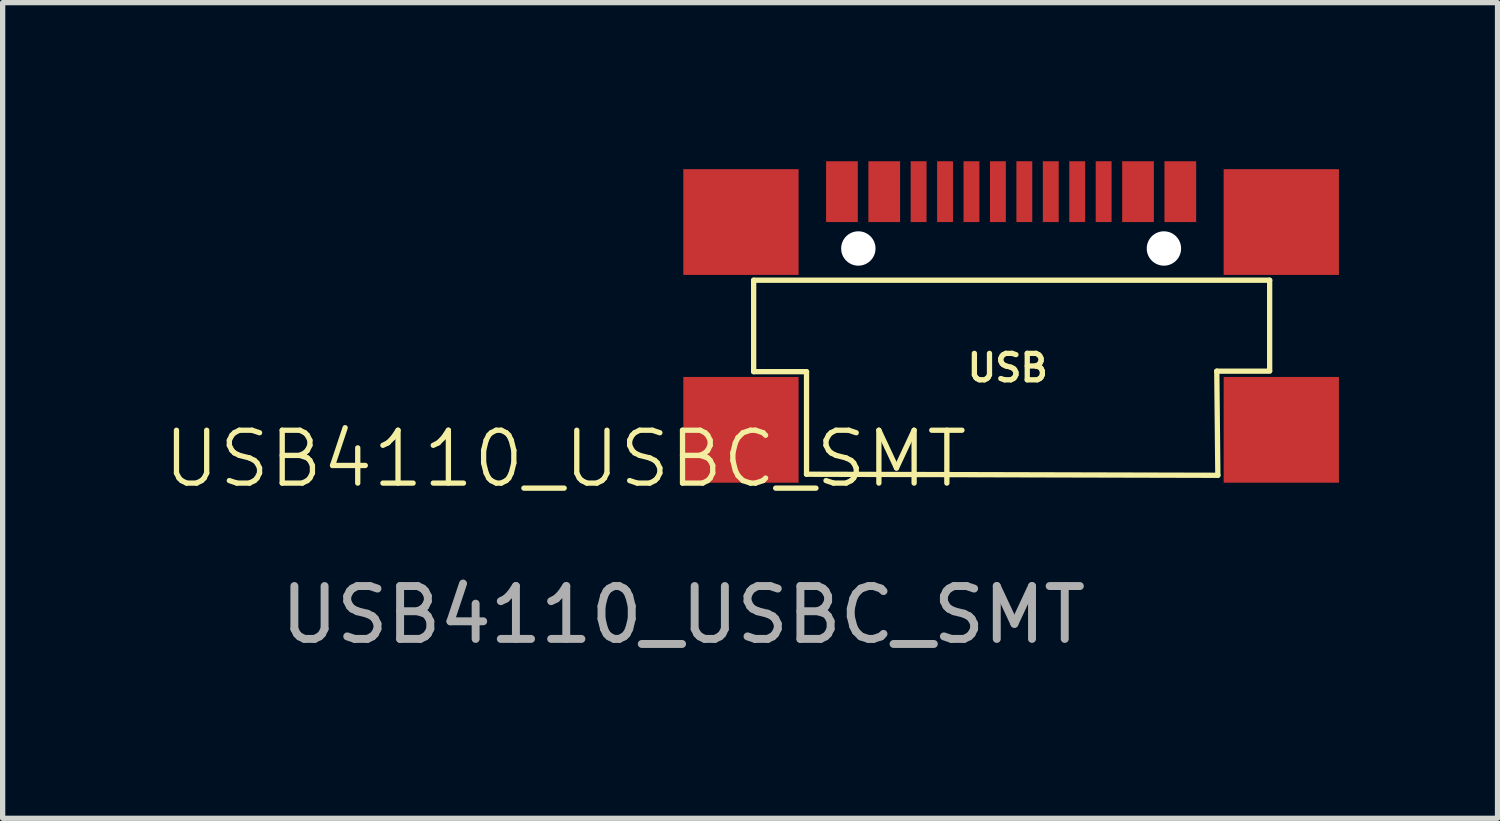
<source format=kicad_pcb>
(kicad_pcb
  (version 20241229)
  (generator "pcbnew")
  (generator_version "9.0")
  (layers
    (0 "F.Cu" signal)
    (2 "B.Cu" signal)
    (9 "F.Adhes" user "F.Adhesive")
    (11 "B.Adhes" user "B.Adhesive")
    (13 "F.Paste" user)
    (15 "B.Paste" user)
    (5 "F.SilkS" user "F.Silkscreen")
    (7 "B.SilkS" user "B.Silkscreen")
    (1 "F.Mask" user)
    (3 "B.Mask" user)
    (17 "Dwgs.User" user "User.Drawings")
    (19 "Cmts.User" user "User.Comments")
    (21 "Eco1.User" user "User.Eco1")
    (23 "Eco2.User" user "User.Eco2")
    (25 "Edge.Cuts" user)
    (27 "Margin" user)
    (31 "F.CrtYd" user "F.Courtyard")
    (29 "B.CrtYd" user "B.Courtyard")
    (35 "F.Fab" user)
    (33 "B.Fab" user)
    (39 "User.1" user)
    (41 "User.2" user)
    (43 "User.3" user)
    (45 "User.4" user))
  (footprint "USB4110_USBC_SMT"
    (layer "F.Cu")
    (at 9.875 6.08)
    (property "Reference" "USB4110_USBC_SMT" (at -2.23 -0.45 0) (unlocked yes) (layer "F.SilkS") (effects (font (size 1 1) (thickness 0.1))))
    (attr smd)
    (fp_line (start 1.33 -3.83) (end 11.09 -3.83) (stroke (width 0.1) (type default)) (layer "F.SilkS"))
    (fp_line (start 1.33 -2.1) (end 1.33 -3.83) (stroke (width 0.1) (type default)) (layer "F.SilkS"))
    (fp_line (start 2.33 -2.1) (end 1.33 -2.1) (stroke (width 0.1) (type default)) (layer "F.SilkS"))
    (fp_line (start 2.33 -0.16) (end 2.33 -2.1) (stroke (width 0.1) (type default)) (layer "F.SilkS"))
    (fp_line (start 2.33 -0.16) (end 10.11 -0.14) (stroke (width 0.1) (type default)) (layer "F.SilkS"))
    (fp_line (start 10.09 -2.11) (end 11.09 -2.11) (stroke (width 0.1) (type default)) (layer "F.SilkS"))
    (fp_line (start 10.11 -0.14) (end 10.09 -2.11) (stroke (width 0.1) (type default)) (layer "F.SilkS"))
    (fp_line (start 11.09 -2.12) (end 11.09 -3.83) (stroke (width 0.1) (type default)) (layer "F.SilkS"))
    (fp_text user "USB" (at 5.32 -1.88 0) (unlocked yes) (layer "F.SilkS") (effects (font (size 0.5 0.5) (thickness 0.1)) (justify left bottom)))
    (fp_text user "${REFERENCE}" (at 0 2.5 0) (unlocked yes) (layer "F.Fab") (effects (font (size 1 1) (thickness 0.15))))
    (pad "" np_thru_hole circle (at 3.31 -4.43) (size 0.65 0.65) (drill 0.65) (layers "*.Cu" "*.Mask"))
    (pad "" np_thru_hole circle (at 9.09 -4.43) (size 0.65 0.65) (drill 0.65) (layers "*.Cu" "*.Mask"))
    (pad "A1" smd rect (at 3 -5.505) (size 0.6 1.15) (layers "F.Cu" "F.Mask" "F.Paste"))
    (pad "A1" smd rect (at 9.4 -5.505) (size 0.6 1.15) (layers "F.Cu" "F.Mask" "F.Paste"))
    (pad "A4" smd rect (at 3.8 -5.505) (size 0.6 1.15) (layers "F.Cu" "F.Mask" "F.Paste"))
    (pad "A4" smd rect (at 8.6 -5.505) (size 0.6 1.15) (layers "F.Cu" "F.Mask" "F.Paste"))
    (pad "A5" smd rect (at 4.95 -5.505) (size 0.3 1.15) (layers "F.Cu" "F.Mask" "F.Paste"))
    (pad "A6" smd rect (at 5.95 -5.505) (size 0.3 1.15) (layers "F.Cu" "F.Mask" "F.Paste"))
    (pad "A7" smd rect (at 6.45 -5.505) (size 0.3 1.15) (layers "F.Cu" "F.Mask" "F.Paste"))
    (pad "A8" smd rect (at 7.45 -5.505) (size 0.3 1.15) (layers "F.Cu" "F.Mask" "F.Paste"))
    (pad "B5" smd rect (at 7.95 -5.505) (size 0.3 1.15) (layers "F.Cu" "F.Mask" "F.Paste"))
    (pad "B6" smd rect (at 6.95 -5.505) (size 0.3 1.15) (layers "F.Cu" "F.Mask" "F.Paste"))
    (pad "B7" smd rect (at 5.45 -5.505) (size 0.3 1.15) (layers "F.Cu" "F.Mask" "F.Paste"))
    (pad "B8" smd rect (at 4.45 -5.505) (size 0.3 1.15) (layers "F.Cu" "F.Mask" "F.Paste"))
    (pad "S1" smd rect (at 1.09 -4.93) (size 2.18 2) (layers "F.Cu" "F.Mask" "F.Paste"))
    (pad "S1" smd rect (at 1.09 -1) (size 2.18 2) (layers "F.Cu" "F.Mask" "F.Paste"))
    (pad "S1" smd rect (at 11.31 -4.93) (size 2.18 2) (layers "F.Cu" "F.Mask" "F.Paste"))
    (pad "S1" smd rect (at 11.31 -1) (size 2.18 2) (layers "F.Cu" "F.Mask" "F.Paste")))
  (gr_rect
    (start -3 -3)
    (end 25.275 12.428)
    (stroke (width 0.1) (type default))
    (fill no)
    (layer "Edge.Cuts")))
</source>
